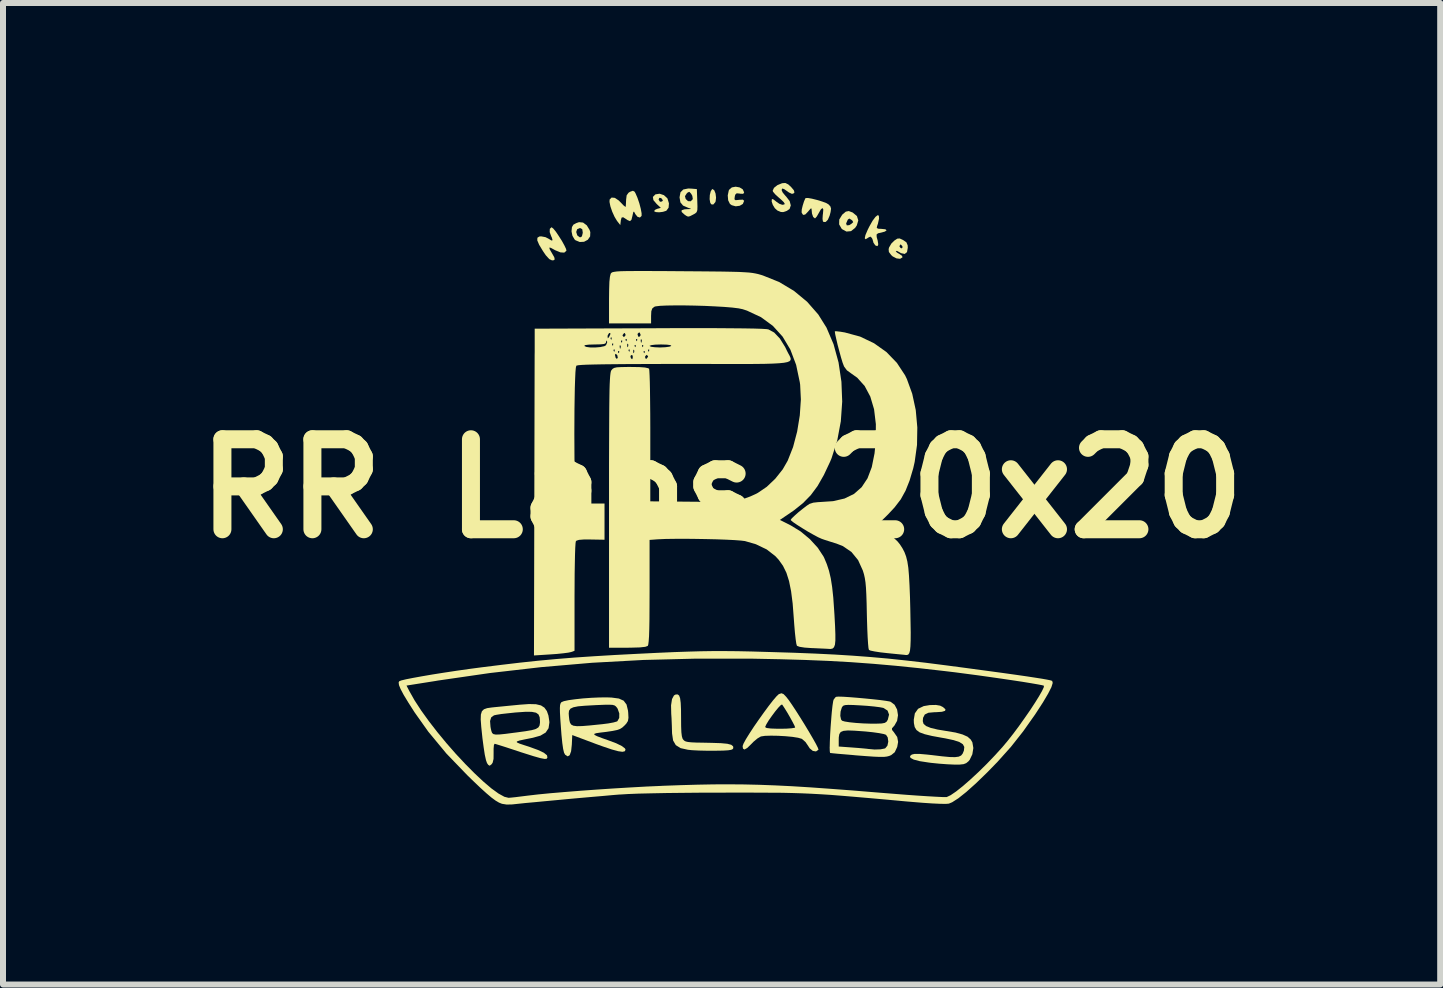
<source format=kicad_pcb>
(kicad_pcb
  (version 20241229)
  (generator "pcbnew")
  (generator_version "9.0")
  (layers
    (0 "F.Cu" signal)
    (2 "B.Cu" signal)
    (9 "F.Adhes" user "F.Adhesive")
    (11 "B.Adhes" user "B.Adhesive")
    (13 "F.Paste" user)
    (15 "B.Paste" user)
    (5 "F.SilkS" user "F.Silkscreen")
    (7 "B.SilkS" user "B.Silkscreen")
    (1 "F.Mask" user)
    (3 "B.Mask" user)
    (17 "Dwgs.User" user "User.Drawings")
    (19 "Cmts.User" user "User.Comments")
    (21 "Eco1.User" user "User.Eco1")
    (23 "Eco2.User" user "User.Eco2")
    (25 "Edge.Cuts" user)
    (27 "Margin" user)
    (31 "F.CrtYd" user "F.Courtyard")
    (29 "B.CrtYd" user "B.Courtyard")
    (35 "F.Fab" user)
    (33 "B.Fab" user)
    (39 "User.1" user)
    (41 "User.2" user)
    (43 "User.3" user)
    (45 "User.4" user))
  (footprint "RR Labs 20x20"
    (layer "F.Cu")
    (at 8.979 5.094)
    (property "Reference" "RR Labs 20x20" (at 0 0 0) (layer "F.SilkS") (effects (font (size 1.5 1.5) (thickness 0.3))))
    (attr board_only exclude_from_pos_files exclude_from_bom)
    (fp_poly (pts (xy -0.122 -4.971) (xy -0.101 -4.917) (xy -0.093 -4.85) (xy -0.1 -4.788) (xy -0.106 -4.773) (xy -0.14 -4.734) (xy -0.174 -4.739) (xy -0.19 -4.765) (xy -0.2 -4.824) (xy -0.197 -4.893) (xy -0.182 -4.954) (xy -0.16 -4.989) (xy -0.15 -4.992)) (stroke (width 0) (type solid)) (fill yes) (layer "F.SilkS"))
    (fp_poly (pts (xy 0.3 -5.02) (xy 0.353 -4.987) (xy 0.375 -4.937) (xy 0.375 -4.935) (xy 0.36 -4.913) (xy 0.31 -4.915) (xy 0.303 -4.917) (xy 0.251 -4.922) (xy 0.227 -4.899) (xy 0.219 -4.866) (xy 0.214 -4.822) (xy 0.232 -4.807) (xy 0.285 -4.812) (xy 0.291 -4.813) (xy 0.354 -4.816) (xy 0.375 -4.797) (xy 0.375 -4.796) (xy 0.354 -4.745) (xy 0.302 -4.714) (xy 0.235 -4.705) (xy 0.169 -4.723) (xy 0.139 -4.744) (xy 0.109 -4.805) (xy 0.102 -4.887) (xy 0.119 -4.968) (xy 0.126 -4.982) (xy 0.17 -5.02) (xy 0.234 -5.032)) (stroke (width 0) (type solid)) (fill yes) (layer "F.SilkS"))
    (fp_poly (pts (xy 2.18 -4.603) (xy 2.185 -4.601) (xy 2.255 -4.543) (xy 2.278 -4.47) (xy 2.253 -4.386) (xy 2.225 -4.345) (xy 2.157 -4.291) (xy 2.081 -4.284) (xy 2.008 -4.324) (xy 2.002 -4.329) (xy 1.959 -4.403) (xy 1.959 -4.418) (xy 2.075 -4.418) (xy 2.087 -4.387) (xy 2.128 -4.391) (xy 2.162 -4.412) (xy 2.193 -4.44) (xy 2.181 -4.465) (xy 2.165 -4.479) (xy 2.129 -4.501) (xy 2.105 -4.485) (xy 2.101 -4.478) (xy 2.075 -4.418) (xy 1.959 -4.418) (xy 1.961 -4.485) (xy 2.009 -4.564) (xy 2.013 -4.568) (xy 2.07 -4.616) (xy 2.119 -4.626)) (stroke (width 0) (type solid)) (fill yes) (layer "F.SilkS"))
    (fp_poly (pts (xy -2.31 -4.434) (xy -2.248 -4.388) (xy -2.201 -4.311) (xy -2.189 -4.275) (xy -2.192 -4.203) (xy -2.231 -4.147) (xy -2.293 -4.114) (xy -2.365 -4.11) (xy -2.436 -4.139) (xy -2.452 -4.154) (xy -2.487 -4.214) (xy -2.5 -4.277) (xy -2.424 -4.277) (xy -2.407 -4.223) (xy -2.401 -4.215) (xy -2.36 -4.186) (xy -2.329 -4.203) (xy -2.315 -4.261) (xy -2.315 -4.269) (xy -2.323 -4.323) (xy -2.354 -4.341) (xy -2.364 -4.342) (xy -2.408 -4.323) (xy -2.424 -4.277) (xy -2.5 -4.277) (xy -2.502 -4.289) (xy -2.495 -4.359) (xy -2.471 -4.399) (xy -2.423 -4.425) (xy -2.377 -4.441)) (stroke (width 0) (type solid)) (fill yes) (layer "F.SilkS"))
    (fp_poly (pts (xy -0.962 -4.891) (xy -0.906 -4.84) (xy -0.902 -4.833) (xy -0.878 -4.754) (xy -0.884 -4.682) (xy -0.92 -4.633) (xy -0.924 -4.63) (xy -0.978 -4.613) (xy -1.041 -4.605) (xy -1.097 -4.609) (xy -1.125 -4.623) (xy -1.126 -4.627) (xy -1.105 -4.649) (xy -1.07 -4.664) (xy -1.013 -4.679) (xy -1.082 -4.743) (xy -1.138 -4.809) (xy -1.139 -4.819) (xy -1.051 -4.819) (xy -1.031 -4.785) (xy -1.011 -4.78) (xy -0.982 -4.794) (xy -0.982 -4.809) (xy -1.007 -4.842) (xy -1.037 -4.847) (xy -1.051 -4.819) (xy -1.139 -4.819) (xy -1.146 -4.861) (xy -1.107 -4.901) (xy -1.103 -4.904) (xy -1.034 -4.915)) (stroke (width 0) (type solid)) (fill yes) (layer "F.SilkS"))
    (fp_poly (pts (xy 2.621 -4.549) (xy 2.624 -4.501) (xy 2.621 -4.486) (xy 2.606 -4.417) (xy 2.591 -4.373) (xy 2.586 -4.344) (xy 2.612 -4.331) (xy 2.662 -4.329) (xy 2.73 -4.322) (xy 2.75 -4.305) (xy 2.722 -4.284) (xy 2.665 -4.268) (xy 2.607 -4.255) (xy 2.583 -4.235) (xy 2.585 -4.192) (xy 2.601 -4.135) (xy 2.611 -4.071) (xy 2.599 -4.041) (xy 2.567 -4.05) (xy 2.557 -4.06) (xy 2.53 -4.1) (xy 2.527 -4.115) (xy 2.514 -4.158) (xy 2.504 -4.178) (xy 2.479 -4.2) (xy 2.445 -4.184) (xy 2.441 -4.18) (xy 2.4 -4.156) (xy 2.386 -4.172) (xy 2.397 -4.225) (xy 2.435 -4.314) (xy 2.462 -4.368) (xy 2.516 -4.464) (xy 2.564 -4.528) (xy 2.6 -4.557)) (stroke (width 0) (type solid)) (fill yes) (layer "F.SilkS"))
    (fp_poly (pts (xy -2.806 -4.334) (xy -2.763 -4.282) (xy -2.714 -4.209) (xy -2.663 -4.129) (xy -2.621 -4.053) (xy -2.593 -3.994) (xy -2.587 -3.964) (xy -2.623 -3.933) (xy -2.687 -3.937) (xy -2.775 -3.973) (xy -2.789 -3.981) (xy -2.849 -4.014) (xy -2.873 -4.016) (xy -2.864 -3.985) (xy -2.828 -3.923) (xy -2.79 -3.856) (xy -2.782 -3.819) (xy -2.803 -3.805) (xy -2.828 -3.804) (xy -2.873 -3.825) (xy -2.931 -3.889) (xy -2.978 -3.958) (xy -3.042 -4.064) (xy -3.073 -4.137) (xy -3.071 -4.181) (xy -3.038 -4.202) (xy -3.008 -4.204) (xy -2.937 -4.191) (xy -2.889 -4.167) (xy -2.837 -4.135) (xy -2.818 -4.14) (xy -2.83 -4.183) (xy -2.841 -4.206) (xy -2.866 -4.275) (xy -2.864 -4.329) (xy -2.838 -4.354) (xy -2.832 -4.354)) (stroke (width 0) (type solid)) (fill yes) (layer "F.SilkS"))
    (fp_poly (pts (xy 3.023 -4.144) (xy 3.025 -4.143) (xy 3.08 -4.105) (xy 3.101 -4.055) (xy 3.103 -4.015) (xy 3.09 -3.941) (xy 3.052 -3.911) (xy 2.991 -3.924) (xy 2.965 -3.939) (xy 2.922 -3.962) (xy 2.903 -3.959) (xy 2.903 -3.958) (xy 2.923 -3.934) (xy 2.967 -3.908) (xy 3.008 -3.879) (xy 3.015 -3.854) (xy 2.975 -3.83) (xy 2.915 -3.837) (xy 2.851 -3.87) (xy 2.827 -3.892) (xy 2.788 -3.944) (xy 2.784 -3.992) (xy 2.792 -4.021) (xy 2.802 -4.037) (xy 2.964 -4.037) (xy 2.983 -4.01) (xy 3.004 -4.004) (xy 3.016 -4.022) (xy 3.012 -4.041) (xy 2.988 -4.067) (xy 2.975 -4.065) (xy 2.964 -4.037) (xy 2.802 -4.037) (xy 2.829 -4.084) (xy 2.881 -4.135) (xy 2.929 -4.166) (xy 2.968 -4.169)) (stroke (width 0) (type solid)) (fill yes) (layer "F.SilkS"))
    (fp_poly (pts (xy 1.506 -4.832) (xy 1.59 -4.811) (xy 1.675 -4.785) (xy 1.745 -4.759) (xy 1.782 -4.737) (xy 1.813 -4.703) (xy 1.824 -4.666) (xy 1.816 -4.609) (xy 1.801 -4.551) (xy 1.772 -4.483) (xy 1.736 -4.445) (xy 1.701 -4.443) (xy 1.688 -4.456) (xy 1.682 -4.495) (xy 1.686 -4.561) (xy 1.689 -4.58) (xy 1.695 -4.651) (xy 1.682 -4.676) (xy 1.655 -4.655) (xy 1.619 -4.592) (xy 1.587 -4.536) (xy 1.56 -4.506) (xy 1.555 -4.504) (xy 1.526 -4.527) (xy 1.506 -4.584) (xy 1.501 -4.638) (xy 1.498 -4.669) (xy 1.484 -4.667) (xy 1.45 -4.628) (xy 1.441 -4.617) (xy 1.396 -4.57) (xy 1.365 -4.561) (xy 1.35 -4.572) (xy 1.333 -4.603) (xy 1.336 -4.653) (xy 1.351 -4.716) (xy 1.373 -4.786) (xy 1.393 -4.832) (xy 1.4 -4.842) (xy 1.438 -4.844)) (stroke (width 0) (type solid)) (fill yes) (layer "F.SilkS"))
    (fp_poly (pts (xy -0.506 -5) (xy -0.413 -4.992) (xy -0.406 -4.8) (xy -0.403 -4.702) (xy -0.405 -4.642) (xy -0.417 -4.607) (xy -0.442 -4.585) (xy -0.473 -4.568) (xy -0.528 -4.54) (xy -0.56 -4.533) (xy -0.59 -4.547) (xy -0.62 -4.568) (xy -0.667 -4.611) (xy -0.666 -4.64) (xy -0.617 -4.655) (xy -0.582 -4.657) (xy -0.523 -4.659) (xy -0.511 -4.664) (xy -0.542 -4.675) (xy -0.558 -4.68) (xy -0.643 -4.717) (xy -0.687 -4.77) (xy -0.701 -4.851) (xy -0.701 -4.857) (xy -0.698 -4.874) (xy -0.611 -4.874) (xy -0.599 -4.827) (xy -0.56 -4.791) (xy -0.515 -4.789) (xy -0.484 -4.82) (xy -0.481 -4.831) (xy -0.489 -4.88) (xy -0.508 -4.914) (xy -0.537 -4.946) (xy -0.563 -4.937) (xy -0.583 -4.918) (xy -0.611 -4.874) (xy -0.698 -4.874) (xy -0.686 -4.938) (xy -0.64 -4.985) (xy -0.557 -5.002)) (stroke (width 0) (type solid)) (fill yes) (layer "F.SilkS"))
    (fp_poly (pts (xy -1.451 -4.949) (xy -1.436 -4.923) (xy -1.403 -4.847) (xy -1.372 -4.756) (xy -1.348 -4.665) (xy -1.334 -4.589) (xy -1.334 -4.545) (xy -1.362 -4.518) (xy -1.402 -4.53) (xy -1.439 -4.576) (xy -1.444 -4.587) (xy -1.461 -4.617) (xy -1.472 -4.61) (xy -1.484 -4.56) (xy -1.486 -4.548) (xy -1.503 -4.481) (xy -1.527 -4.458) (xy -1.568 -4.475) (xy -1.591 -4.491) (xy -1.642 -4.523) (xy -1.668 -4.516) (xy -1.681 -4.467) (xy -1.681 -4.461) (xy -1.689 -4.392) (xy -1.744 -4.462) (xy -1.785 -4.53) (xy -1.824 -4.616) (xy -1.854 -4.704) (xy -1.869 -4.778) (xy -1.867 -4.818) (xy -1.834 -4.851) (xy -1.781 -4.846) (xy -1.716 -4.803) (xy -1.679 -4.766) (xy -1.634 -4.719) (xy -1.604 -4.696) (xy -1.599 -4.698) (xy -1.596 -4.733) (xy -1.593 -4.797) (xy -1.592 -4.816) (xy -1.583 -4.888) (xy -1.553 -4.93) (xy -1.527 -4.947) (xy -1.479 -4.964)) (stroke (width 0) (type solid)) (fill yes) (layer "F.SilkS"))
    (fp_poly (pts (xy -0.731 3.432) (xy -0.708 3.451) (xy -0.692 3.496) (xy -0.682 3.572) (xy -0.677 3.686) (xy -0.676 3.821) (xy -0.675 3.962) (xy -0.671 4.062) (xy -0.663 4.128) (xy -0.651 4.169) (xy -0.636 4.19) (xy -0.619 4.205) (xy -0.597 4.216) (xy -0.562 4.224) (xy -0.508 4.23) (xy -0.425 4.234) (xy -0.308 4.236) (xy -0.163 4.239) (xy -0.012 4.244) (xy 0.094 4.254) (xy 0.16 4.271) (xy 0.191 4.296) (xy 0.195 4.325) (xy 0.185 4.343) (xy 0.159 4.355) (xy 0.108 4.363) (xy 0.024 4.368) (xy -0.101 4.37) (xy -0.113 4.37) (xy -0.248 4.37) (xy -0.382 4.367) (xy -0.496 4.361) (xy -0.562 4.354) (xy -0.684 4.327) (xy -0.764 4.277) (xy -0.809 4.199) (xy -0.826 4.084) (xy -0.827 4.059) (xy -0.83 3.951) (xy -0.835 3.828) (xy -0.84 3.754) (xy -0.843 3.613) (xy -0.827 3.509) (xy -0.794 3.448) (xy -0.764 3.432)) (stroke (width 0) (type solid)) (fill yes) (layer "F.SilkS"))
    (fp_poly (pts (xy 1.111 -5.07) (xy 1.156 -5.029) (xy 1.203 -4.974) (xy 1.214 -4.938) (xy 1.205 -4.923) (xy 1.173 -4.912) (xy 1.123 -4.935) (xy 1.102 -4.95) (xy 1.043 -4.991) (xy 1.012 -5.002) (xy 1.002 -4.984) (xy 1.001 -4.972) (xy 1.018 -4.935) (xy 1.06 -4.884) (xy 1.076 -4.867) (xy 1.134 -4.792) (xy 1.153 -4.72) (xy 1.133 -4.661) (xy 1.087 -4.629) (xy 1.028 -4.609) (xy 0.988 -4.61) (xy 0.936 -4.632) (xy 0.928 -4.636) (xy 0.887 -4.673) (xy 0.853 -4.729) (xy 0.834 -4.786) (xy 0.838 -4.825) (xy 0.839 -4.827) (xy 0.863 -4.82) (xy 0.906 -4.787) (xy 0.909 -4.784) (xy 0.962 -4.747) (xy 1.012 -4.73) (xy 1.046 -4.736) (xy 1.051 -4.75) (xy 1.033 -4.777) (xy 0.987 -4.821) (xy 0.951 -4.852) (xy 0.894 -4.904) (xy 0.857 -4.948) (xy 0.851 -4.965) (xy 0.873 -5.013) (xy 0.93 -5.058) (xy 1.006 -5.089) (xy 1.008 -5.09) (xy 1.062 -5.094)) (stroke (width 0) (type solid)) (fill yes) (layer "F.SilkS"))
    (fp_poly (pts (xy 3.643 3.619) (xy 3.689 3.642) (xy 3.731 3.679) (xy 3.725 3.705) (xy 3.672 3.721) (xy 3.571 3.728) (xy 3.548 3.728) (xy 3.447 3.737) (xy 3.387 3.766) (xy 3.358 3.821) (xy 3.353 3.877) (xy 3.366 3.922) (xy 3.407 3.958) (xy 3.483 3.989) (xy 3.599 4.017) (xy 3.738 4.04) (xy 3.899 4.067) (xy 4.016 4.099) (xy 4.099 4.136) (xy 4.152 4.183) (xy 4.18 4.231) (xy 4.196 4.325) (xy 4.179 4.43) (xy 4.135 4.522) (xy 4.114 4.547) (xy 4.077 4.577) (xy 4.033 4.594) (xy 3.968 4.601) (xy 3.874 4.601) (xy 3.763 4.596) (xy 3.627 4.586) (xy 3.489 4.572) (xy 3.445 4.566) (xy 3.302 4.544) (xy 3.202 4.518) (xy 3.148 4.489) (xy 3.14 4.459) (xy 3.17 4.434) (xy 3.216 4.423) (xy 3.298 4.423) (xy 3.423 4.434) (xy 3.505 4.443) (xy 3.673 4.463) (xy 3.799 4.475) (xy 3.89 4.477) (xy 3.952 4.469) (xy 3.992 4.45) (xy 4.018 4.418) (xy 4.037 4.372) (xy 4.039 4.364) (xy 4.045 4.308) (xy 4.022 4.263) (xy 3.965 4.226) (xy 3.869 4.194) (xy 3.729 4.164) (xy 3.671 4.154) (xy 3.507 4.124) (xy 3.386 4.095) (xy 3.301 4.064) (xy 3.248 4.025) (xy 3.218 3.975) (xy 3.205 3.909) (xy 3.203 3.853) (xy 3.221 3.747) (xy 3.275 3.671) (xy 3.369 3.626) (xy 3.471 3.609) (xy 3.573 3.607)) (stroke (width 0) (type solid)) (fill yes) (layer "F.SilkS"))
    (fp_poly (pts (xy 1.032 3.426) (xy 1.074 3.469) (xy 1.116 3.522) (xy 1.173 3.604) (xy 1.241 3.707) (xy 1.314 3.822) (xy 1.389 3.943) (xy 1.46 4.061) (xy 1.523 4.169) (xy 1.573 4.258) (xy 1.605 4.322) (xy 1.615 4.353) (xy 1.615 4.353) (xy 1.573 4.382) (xy 1.52 4.373) (xy 1.469 4.331) (xy 1.444 4.293) (xy 1.398 4.225) (xy 1.34 4.174) (xy 1.334 4.171) (xy 1.275 4.154) (xy 1.181 4.139) (xy 1.065 4.128) (xy 0.94 4.121) (xy 0.821 4.119) (xy 0.722 4.122) (xy 0.656 4.132) (xy 0.651 4.134) (xy 0.598 4.165) (xy 0.532 4.22) (xy 0.497 4.256) (xy 0.427 4.324) (xy 0.381 4.35) (xy 0.356 4.335) (xy 0.35 4.292) (xy 0.365 4.251) (xy 0.404 4.179) (xy 0.463 4.084) (xy 0.533 3.977) (xy 0.726 3.977) (xy 0.75 3.991) (xy 0.822 4) (xy 0.939 4.004) (xy 0.976 4.004) (xy 1.081 4.002) (xy 1.164 3.996) (xy 1.215 3.988) (xy 1.226 3.982) (xy 1.214 3.951) (xy 1.183 3.891) (xy 1.141 3.814) (xy 1.094 3.733) (xy 1.05 3.662) (xy 1.017 3.612) (xy 1.007 3.599) (xy 0.986 3.61) (xy 0.945 3.652) (xy 0.893 3.715) (xy 0.838 3.789) (xy 0.786 3.863) (xy 0.747 3.927) (xy 0.727 3.97) (xy 0.726 3.977) (xy 0.533 3.977) (xy 0.536 3.972) (xy 0.618 3.854) (xy 0.702 3.736) (xy 0.783 3.626) (xy 0.855 3.533) (xy 0.914 3.464) (xy 0.953 3.427) (xy 0.956 3.426) (xy 0.997 3.412)) (stroke (width 0) (type solid)) (fill yes) (layer "F.SilkS"))
    (fp_poly (pts (xy -1.833 3.484) (xy -1.713 3.5) (xy -1.633 3.536) (xy -1.585 3.6) (xy -1.561 3.7) (xy -1.557 3.739) (xy -1.553 3.822) (xy -1.562 3.875) (xy -1.589 3.918) (xy -1.619 3.95) (xy -1.655 3.983) (xy -1.693 4.007) (xy -1.744 4.025) (xy -1.817 4.04) (xy -1.923 4.056) (xy -2.025 4.068) (xy -2.092 4.078) (xy -2.124 4.09) (xy -2.119 4.106) (xy -2.074 4.129) (xy -1.987 4.162) (xy -1.896 4.194) (xy -1.759 4.245) (xy -1.663 4.292) (xy -1.611 4.332) (xy -1.602 4.353) (xy -1.614 4.379) (xy -1.654 4.388) (xy -1.725 4.378) (xy -1.831 4.349) (xy -1.976 4.3) (xy -2.093 4.258) (xy -2.49 4.109) (xy -2.497 4.267) (xy -2.509 4.379) (xy -2.533 4.445) (xy -2.566 4.464) (xy -2.609 4.436) (xy -2.627 4.402) (xy -2.642 4.339) (xy -2.656 4.241) (xy -2.67 4.102) (xy -2.678 3.995) (xy -2.689 3.843) (xy -2.694 3.75) (xy -2.549 3.75) (xy -2.546 3.794) (xy -2.539 3.856) (xy -2.528 3.902) (xy -2.508 3.934) (xy -2.471 3.953) (xy -2.412 3.961) (xy -2.324 3.959) (xy -2.2 3.949) (xy -2.034 3.932) (xy -1.993 3.928) (xy -1.89 3.915) (xy -1.803 3.899) (xy -1.747 3.883) (xy -1.737 3.877) (xy -1.707 3.823) (xy -1.706 3.748) (xy -1.733 3.671) (xy -1.743 3.655) (xy -1.762 3.632) (xy -1.783 3.616) (xy -1.817 3.606) (xy -1.871 3.603) (xy -1.955 3.604) (xy -2.079 3.609) (xy -2.118 3.611) (xy -2.278 3.62) (xy -2.393 3.63) (xy -2.472 3.646) (xy -2.52 3.669) (xy -2.544 3.703) (xy -2.549 3.75) (xy -2.694 3.75) (xy -2.695 3.733) (xy -2.696 3.658) (xy -2.693 3.609) (xy -2.684 3.579) (xy -2.671 3.561) (xy -2.63 3.544) (xy -2.55 3.527) (xy -2.44 3.512) (xy -2.311 3.498) (xy -2.172 3.488) (xy -2.034 3.482) (xy -1.907 3.481)) (stroke (width 0) (type solid)) (fill yes) (layer "F.SilkS"))
    (fp_poly (pts (xy -3.094 3.595) (xy -3.011 3.615) (xy -2.954 3.652) (xy -2.913 3.709) (xy -2.913 3.709) (xy -2.887 3.783) (xy -2.873 3.874) (xy -2.871 3.899) (xy -2.885 3.995) (xy -2.933 4.067) (xy -3.021 4.119) (xy -3.146 4.154) (xy -3.282 4.181) (xy -3.37 4.2) (xy -3.414 4.216) (xy -3.413 4.231) (xy -3.37 4.251) (xy -3.286 4.279) (xy -3.205 4.305) (xy -3.06 4.358) (xy -2.963 4.404) (xy -2.911 4.446) (xy -2.904 4.484) (xy -2.917 4.504) (xy -2.949 4.507) (xy -3.023 4.493) (xy -3.139 4.46) (xy -3.3 4.409) (xy -3.354 4.392) (xy -3.489 4.347) (xy -3.608 4.308) (xy -3.703 4.278) (xy -3.765 4.259) (xy -3.785 4.254) (xy -3.796 4.277) (xy -3.801 4.336) (xy -3.801 4.406) (xy -3.802 4.507) (xy -3.817 4.57) (xy -3.835 4.596) (xy -3.866 4.62) (xy -3.89 4.606) (xy -3.911 4.576) (xy -3.928 4.527) (xy -3.948 4.437) (xy -3.967 4.312) (xy -3.987 4.162) (xy -3.99 4.133) (xy -4.007 3.97) (xy -4.014 3.875) (xy -3.86 3.875) (xy -3.853 3.97) (xy -3.848 3.998) (xy -3.838 4.042) (xy -3.826 4.074) (xy -3.804 4.093) (xy -3.764 4.101) (xy -3.7 4.099) (xy -3.602 4.089) (xy -3.465 4.071) (xy -3.417 4.065) (xy -3.27 4.045) (xy -3.165 4.027) (xy -3.096 4.007) (xy -3.055 3.982) (xy -3.035 3.949) (xy -3.028 3.904) (xy -3.028 3.879) (xy -3.033 3.812) (xy -3.053 3.765) (xy -3.094 3.736) (xy -3.164 3.722) (xy -3.268 3.721) (xy -3.414 3.731) (xy -3.441 3.733) (xy -3.563 3.746) (xy -3.671 3.758) (xy -3.752 3.771) (xy -3.794 3.78) (xy -3.841 3.814) (xy -3.86 3.875) (xy -4.014 3.875) (xy -4.016 3.851) (xy -4.013 3.767) (xy -3.996 3.712) (xy -3.962 3.679) (xy -3.908 3.66) (xy -3.831 3.649) (xy -3.784 3.644) (xy -3.681 3.634) (xy -3.551 3.621) (xy -3.416 3.608) (xy -3.366 3.603) (xy -3.21 3.592)) (stroke (width 0) (type solid)) (fill yes) (layer "F.SilkS"))
    (fp_poly (pts (xy 2.025 3.47) (xy 2.131 3.477) (xy 2.256 3.487) (xy 2.389 3.499) (xy 2.52 3.512) (xy 2.64 3.525) (xy 2.736 3.538) (xy 2.8 3.549) (xy 2.816 3.554) (xy 2.883 3.604) (xy 2.925 3.683) (xy 2.94 3.778) (xy 2.925 3.872) (xy 2.879 3.953) (xy 2.873 3.959) (xy 2.84 3.996) (xy 2.841 4.024) (xy 2.872 4.062) (xy 2.927 4.142) (xy 2.942 4.223) (xy 2.927 4.307) (xy 2.886 4.395) (xy 2.828 4.442) (xy 2.794 4.457) (xy 2.755 4.467) (xy 2.704 4.473) (xy 2.634 4.473) (xy 2.538 4.469) (xy 2.408 4.46) (xy 2.238 4.447) (xy 2.177 4.441) (xy 2.048 4.43) (xy 1.939 4.421) (xy 1.858 4.413) (xy 1.813 4.408) (xy 1.808 4.407) (xy 1.803 4.38) (xy 1.801 4.313) (xy 1.802 4.3) (xy 1.952 4.3) (xy 2.171 4.316) (xy 2.276 4.324) (xy 2.367 4.332) (xy 2.428 4.338) (xy 2.44 4.34) (xy 2.549 4.35) (xy 2.648 4.347) (xy 2.719 4.333) (xy 2.729 4.328) (xy 2.764 4.285) (xy 2.778 4.218) (xy 2.769 4.149) (xy 2.741 4.105) (xy 2.704 4.092) (xy 2.627 4.077) (xy 2.521 4.062) (xy 2.396 4.049) (xy 2.368 4.047) (xy 2.215 4.036) (xy 2.105 4.032) (xy 2.031 4.039) (xy 1.985 4.058) (xy 1.962 4.093) (xy 1.953 4.145) (xy 1.952 4.192) (xy 1.952 4.3) (xy 1.802 4.3) (xy 1.804 4.216) (xy 1.809 4.098) (xy 1.817 3.97) (xy 1.827 3.841) (xy 1.831 3.789) (xy 1.978 3.789) (xy 1.991 3.849) (xy 2.008 3.87) (xy 2.052 3.883) (xy 2.134 3.896) (xy 2.242 3.907) (xy 2.363 3.915) (xy 2.486 3.919) (xy 2.577 3.919) (xy 2.667 3.916) (xy 2.72 3.906) (xy 2.75 3.886) (xy 2.77 3.853) (xy 2.791 3.768) (xy 2.766 3.701) (xy 2.699 3.658) (xy 2.694 3.656) (xy 2.637 3.645) (xy 2.544 3.633) (xy 2.429 3.622) (xy 2.323 3.615) (xy 2.198 3.608) (xy 2.114 3.606) (xy 2.061 3.609) (xy 2.031 3.618) (xy 2.013 3.635) (xy 2.004 3.649) (xy 1.983 3.716) (xy 1.978 3.789) (xy 1.831 3.789) (xy 1.837 3.721) (xy 1.848 3.62) (xy 1.859 3.548) (xy 1.866 3.52) (xy 1.896 3.48) (xy 1.911 3.471) (xy 1.948 3.468)) (stroke (width 0) (type solid)) (fill yes) (layer "F.SilkS"))
    (fp_poly (pts (xy 1.977 -2.615) (xy 2.055 -2.602) (xy 2.309 -2.533) (xy 2.541 -2.422) (xy 2.747 -2.276) (xy 2.921 -2.096) (xy 3.058 -1.888) (xy 3.088 -1.826) (xy 3.177 -1.581) (xy 3.236 -1.308) (xy 3.262 -1.019) (xy 3.257 -0.727) (xy 3.218 -0.444) (xy 3.194 -0.338) (xy 3.133 -0.133) (xy 3.066 0.035) (xy 2.986 0.18) (xy 2.884 0.313) (xy 2.775 0.43) (xy 2.58 0.622) (xy 2.738 0.721) (xy 2.843 0.797) (xy 2.933 0.882) (xy 2.972 0.93) (xy 3.014 0.995) (xy 3.048 1.06) (xy 3.075 1.132) (xy 3.096 1.216) (xy 3.112 1.32) (xy 3.123 1.45) (xy 3.132 1.611) (xy 3.14 1.811) (xy 3.145 2.006) (xy 3.149 2.225) (xy 3.152 2.398) (xy 3.151 2.532) (xy 3.147 2.631) (xy 3.14 2.7) (xy 3.128 2.743) (xy 3.111 2.767) (xy 3.088 2.775) (xy 3.069 2.774) (xy 3.034 2.77) (xy 2.96 2.763) (xy 2.859 2.753) (xy 2.76 2.743) (xy 2.645 2.73) (xy 2.549 2.715) (xy 2.482 2.701) (xy 2.456 2.69) (xy 2.448 2.659) (xy 2.441 2.585) (xy 2.434 2.476) (xy 2.428 2.34) (xy 2.423 2.183) (xy 2.421 2.102) (xy 2.417 1.913) (xy 2.412 1.766) (xy 2.406 1.652) (xy 2.398 1.564) (xy 2.387 1.492) (xy 2.373 1.429) (xy 2.354 1.367) (xy 2.275 1.193) (xy 2.164 1.057) (xy 2.021 0.959) (xy 1.914 0.917) (xy 1.814 0.886) (xy 1.717 0.855) (xy 1.666 0.837) (xy 1.608 0.811) (xy 1.528 0.768) (xy 1.436 0.716) (xy 1.343 0.659) (xy 1.258 0.605) (xy 1.192 0.56) (xy 1.155 0.529) (xy 1.151 0.522) (xy 1.169 0.497) (xy 1.216 0.452) (xy 1.28 0.395) (xy 1.351 0.338) (xy 1.416 0.288) (xy 1.465 0.255) (xy 1.469 0.254) (xy 1.528 0.235) (xy 1.609 0.226) (xy 1.631 0.225) (xy 1.858 0.21) (xy 2.049 0.166) (xy 2.207 0.089) (xy 2.334 -0.023) (xy 2.432 -0.171) (xy 2.503 -0.358) (xy 2.549 -0.587) (xy 2.569 -0.793) (xy 2.571 -1.074) (xy 2.541 -1.322) (xy 2.478 -1.534) (xy 2.384 -1.71) (xy 2.26 -1.848) (xy 2.164 -1.916) (xy 2.088 -1.971) (xy 2.041 -2.035) (xy 2.017 -2.097) (xy 1.99 -2.186) (xy 1.962 -2.289) (xy 1.934 -2.394) (xy 1.911 -2.492) (xy 1.894 -2.569) (xy 1.887 -2.615) (xy 1.888 -2.622) (xy 1.915 -2.622)) (stroke (width 0) (type solid)) (fill yes) (layer "F.SilkS"))
    (fp_poly (pts (xy -1.143 -3.626) (xy -0.914 -3.625) (xy -0.662 -3.623) (xy -0.392 -3.621) (xy -0.168 -3.619) (xy 0.017 -3.617) (xy 0.167 -3.614) (xy 0.287 -3.611) (xy 0.381 -3.606) (xy 0.456 -3.601) (xy 0.516 -3.594) (xy 0.566 -3.585) (xy 0.611 -3.575) (xy 0.656 -3.562) (xy 0.688 -3.552) (xy 0.957 -3.444) (xy 1.205 -3.296) (xy 1.425 -3.114) (xy 1.611 -2.902) (xy 1.748 -2.683) (xy 1.866 -2.406) (xy 1.949 -2.102) (xy 1.997 -1.78) (xy 2.01 -1.45) (xy 1.987 -1.122) (xy 1.928 -0.805) (xy 1.833 -0.507) (xy 1.809 -0.449) (xy 1.704 -0.226) (xy 1.599 -0.042) (xy 1.486 0.11) (xy 1.357 0.242) (xy 1.206 0.363) (xy 1.155 0.398) (xy 0.971 0.523) (xy 1.154 0.615) (xy 1.317 0.715) (xy 1.471 0.843) (xy 1.602 0.986) (xy 1.698 1.132) (xy 1.71 1.156) (xy 1.754 1.261) (xy 1.79 1.371) (xy 1.819 1.495) (xy 1.842 1.64) (xy 1.861 1.816) (xy 1.876 2.031) (xy 1.881 2.107) (xy 1.891 2.291) (xy 1.896 2.431) (xy 1.896 2.533) (xy 1.889 2.602) (xy 1.873 2.645) (xy 1.849 2.667) (xy 1.815 2.674) (xy 1.78 2.672) (xy 1.725 2.669) (xy 1.636 2.665) (xy 1.53 2.66) (xy 1.498 2.659) (xy 1.384 2.651) (xy 1.3 2.638) (xy 1.257 2.622) (xy 1.255 2.62) (xy 1.245 2.586) (xy 1.234 2.511) (xy 1.222 2.403) (xy 1.211 2.273) (xy 1.203 2.164) (xy 1.184 1.916) (xy 1.158 1.712) (xy 1.124 1.543) (xy 1.08 1.404) (xy 1.023 1.288) (xy 0.952 1.188) (xy 0.897 1.128) (xy 0.752 1.015) (xy 0.571 0.928) (xy 0.388 0.875) (xy 0.322 0.867) (xy 0.215 0.859) (xy 0.076 0.852) (xy -0.086 0.846) (xy -0.263 0.842) (xy -0.445 0.839) (xy -0.623 0.837) (xy -0.789 0.838) (xy -0.933 0.84) (xy -1.046 0.845) (xy -1.07 0.846) (xy -1.201 0.856) (xy -1.201 1.724) (xy -1.202 1.975) (xy -1.203 2.179) (xy -1.206 2.341) (xy -1.21 2.462) (xy -1.216 2.547) (xy -1.223 2.6) (xy -1.231 2.623) (xy -1.273 2.638) (xy -1.364 2.648) (xy -1.504 2.652) (xy -1.569 2.653) (xy -1.877 2.653) (xy -1.877 0.368) (xy -1.877 -0.025) (xy -1.877 -0.372) (xy -1.876 -0.675) (xy -1.875 -0.936) (xy -1.874 -1.16) (xy -1.873 -1.349) (xy -1.871 -1.506) (xy -1.869 -1.634) (xy -1.866 -1.736) (xy -1.862 -1.815) (xy -1.858 -1.875) (xy -1.853 -1.918) (xy -1.848 -1.947) (xy -1.842 -1.965) (xy -1.838 -1.971) (xy -1.818 -1.995) (xy -1.791 -2.011) (xy -1.747 -2.021) (xy -1.677 -2.025) (xy -1.571 -2.027) (xy -1.514 -2.027) (xy -1.373 -2.025) (xy -1.278 -2.018) (xy -1.224 -2.006) (xy -1.209 -1.996) (xy -1.205 -1.965) (xy -1.201 -1.889) (xy -1.197 -1.774) (xy -1.194 -1.625) (xy -1.192 -1.446) (xy -1.19 -1.244) (xy -1.189 -1.024) (xy -1.189 -0.876) (xy -1.189 0.213) (xy -0.531 0.219) (xy -0.294 0.221) (xy -0.099 0.219) (xy 0.06 0.213) (xy 0.19 0.203) (xy 0.299 0.186) (xy 0.392 0.163) (xy 0.479 0.131) (xy 0.565 0.092) (xy 0.605 0.071) (xy 0.752 -0.029) (xy 0.894 -0.164) (xy 1.018 -0.32) (xy 1.101 -0.464) (xy 1.191 -0.692) (xy 1.259 -0.95) (xy 1.303 -1.219) (xy 1.321 -1.485) (xy 1.309 -1.731) (xy 1.303 -1.772) (xy 1.242 -2.062) (xy 1.146 -2.316) (xy 1.017 -2.532) (xy 0.854 -2.712) (xy 0.656 -2.857) (xy 0.423 -2.966) (xy 0.35 -2.99) (xy 0.283 -3.004) (xy 0.178 -3.017) (xy 0.044 -3.028) (xy -0.112 -3.037) (xy -0.28 -3.045) (xy -0.454 -3.05) (xy -0.623 -3.053) (xy -0.781 -3.053) (xy -0.918 -3.051) (xy -1.027 -3.046) (xy -1.1 -3.037) (xy -1.122 -3.03) (xy -1.156 -3.002) (xy -1.172 -2.956) (xy -1.176 -2.877) (xy -1.176 -2.753) (xy -1.527 -2.753) (xy -1.877 -2.753) (xy -1.877 -3.148) (xy -1.875 -3.319) (xy -1.871 -3.445) (xy -1.862 -3.53) (xy -1.85 -3.579) (xy -1.845 -3.588) (xy -1.835 -3.598) (xy -1.818 -3.607) (xy -1.789 -3.613) (xy -1.746 -3.619) (xy -1.682 -3.623) (xy -1.595 -3.625) (xy -1.478 -3.626) (xy -1.329 -3.627)) (stroke (width 0) (type solid)) (fill yes) (layer "F.SilkS"))
    (fp_poly (pts (xy 0.268 2.711) (xy 0.505 2.716) (xy 0.779 2.724) (xy 0.816 2.725) (xy 1.209 2.737) (xy 1.563 2.751) (xy 1.886 2.767) (xy 2.189 2.786) (xy 2.481 2.808) (xy 2.774 2.834) (xy 3.076 2.866) (xy 3.397 2.903) (xy 3.749 2.948) (xy 4.067 2.99) (xy 4.386 3.033) (xy 4.659 3.07) (xy 4.888 3.102) (xy 5.076 3.129) (xy 5.226 3.152) (xy 5.341 3.17) (xy 5.425 3.185) (xy 5.479 3.196) (xy 5.507 3.205) (xy 5.51 3.206) (xy 5.519 3.24) (xy 5.497 3.311) (xy 5.442 3.419) (xy 5.356 3.565) (xy 5.237 3.748) (xy 5.226 3.765) (xy 5.026 4.048) (xy 4.823 4.305) (xy 4.6 4.554) (xy 4.429 4.73) (xy 4.239 4.914) (xy 4.078 5.058) (xy 3.946 5.163) (xy 3.843 5.229) (xy 3.788 5.252) (xy 3.74 5.256) (xy 3.647 5.255) (xy 3.516 5.249) (xy 3.351 5.238) (xy 3.158 5.222) (xy 3.085 5.216) (xy 2.76 5.186) (xy 2.479 5.161) (xy 2.234 5.14) (xy 2.02 5.122) (xy 1.83 5.107) (xy 1.657 5.096) (xy 1.495 5.087) (xy 1.337 5.08) (xy 1.178 5.075) (xy 1.009 5.071) (xy 0.826 5.07) (xy 0.621 5.069) (xy 0.388 5.068) (xy 0.12 5.068) (xy 0.038 5.069) (xy -0.305 5.069) (xy -0.622 5.072) (xy -0.91 5.075) (xy -1.165 5.08) (xy -1.383 5.085) (xy -1.559 5.092) (xy -1.69 5.1) (xy -1.702 5.1) (xy -1.823 5.11) (xy -1.976 5.124) (xy -2.152 5.139) (xy -2.345 5.156) (xy -2.545 5.174) (xy -2.746 5.193) (xy -2.939 5.211) (xy -3.117 5.228) (xy -3.271 5.242) (xy -3.395 5.255) (xy -3.48 5.264) (xy -3.503 5.266) (xy -3.586 5.267) (xy -3.661 5.255) (xy -3.711 5.235) (xy -3.767 5.202) (xy -3.835 5.152) (xy -3.92 5.08) (xy -4.027 4.983) (xy -4.161 4.855) (xy -4.238 4.78) (xy -4.588 4.417) (xy -4.89 4.052) (xy -5.119 3.729) (xy -5.223 3.566) (xy -5.3 3.439) (xy -5.351 3.343) (xy -5.375 3.284) (xy -5.253 3.284) (xy -5.206 3.375) (xy -5.118 3.531) (xy -5.008 3.7) (xy -4.879 3.879) (xy -4.737 4.062) (xy -4.586 4.245) (xy -4.43 4.423) (xy -4.272 4.592) (xy -4.118 4.747) (xy -3.972 4.884) (xy -3.838 4.998) (xy -3.719 5.084) (xy -3.621 5.138) (xy -3.552 5.155) (xy -3.513 5.152) (xy -3.436 5.144) (xy -3.332 5.131) (xy -3.227 5.118) (xy -3.064 5.099) (xy -2.86 5.079) (xy -2.623 5.059) (xy -2.361 5.038) (xy -2.085 5.018) (xy -1.801 4.999) (xy -1.52 4.982) (xy -1.249 4.967) (xy -0.998 4.956) (xy -0.988 4.955) (xy -0.683 4.944) (xy -0.401 4.936) (xy -0.136 4.931) (xy 0.12 4.93) (xy 0.373 4.932) (xy 0.629 4.938) (xy 0.894 4.948) (xy 1.177 4.962) (xy 1.482 4.981) (xy 1.817 5.005) (xy 2.189 5.033) (xy 2.603 5.067) (xy 2.628 5.069) (xy 2.855 5.087) (xy 3.069 5.104) (xy 3.264 5.118) (xy 3.434 5.129) (xy 3.573 5.137) (xy 3.677 5.142) (xy 3.739 5.143) (xy 3.753 5.142) (xy 3.818 5.111) (xy 3.909 5.049) (xy 4.021 4.96) (xy 4.147 4.85) (xy 4.283 4.724) (xy 4.421 4.588) (xy 4.556 4.447) (xy 4.682 4.308) (xy 4.769 4.204) (xy 4.862 4.086) (xy 4.958 3.957) (xy 5.053 3.823) (xy 5.144 3.692) (xy 5.225 3.568) (xy 5.292 3.46) (xy 5.342 3.372) (xy 5.37 3.312) (xy 5.373 3.287) (xy 5.343 3.278) (xy 5.27 3.264) (xy 5.16 3.245) (xy 5.02 3.222) (xy 4.855 3.197) (xy 4.673 3.17) (xy 4.478 3.142) (xy 4.279 3.114) (xy 4.081 3.088) (xy 3.891 3.063) (xy 3.716 3.042) (xy 3.294 2.994) (xy 2.902 2.954) (xy 2.526 2.921) (xy 2.158 2.894) (xy 1.784 2.873) (xy 1.395 2.857) (xy 0.98 2.845) (xy 0.526 2.836) (xy 0.488 2.836) (xy -0.423 2.835) (xy -1.302 2.857) (xy -2.16 2.904) (xy -3.01 2.977) (xy -3.863 3.075) (xy -4.733 3.201) (xy -4.76 3.206) (xy -5.253 3.284) (xy -5.375 3.284) (xy -5.378 3.276) (xy -5.384 3.233) (xy -5.374 3.212) (xy -5.339 3.198) (xy -5.26 3.179) (xy -5.143 3.156) (xy -4.994 3.129) (xy -4.819 3.099) (xy -4.623 3.068) (xy -4.412 3.036) (xy -4.193 3.005) (xy -4.004 2.98) (xy -3.674 2.939) (xy -3.362 2.902) (xy -3.061 2.87) (xy -2.76 2.842) (xy -2.452 2.817) (xy -2.126 2.795) (xy -1.776 2.774) (xy -1.391 2.754) (xy -1.064 2.738) (xy -0.792 2.726) (xy -0.557 2.718) (xy -0.345 2.712) (xy -0.145 2.709) (xy 0.055 2.709)) (stroke (width 0) (type solid)) (fill yes) (layer "F.SilkS"))
    (fp_poly (pts (xy -0.119 -2.674) (xy 0.148 -2.672) (xy 0.368 -2.67) (xy 0.541 -2.667) (xy 0.668 -2.663) (xy 0.748 -2.658) (xy 0.78 -2.653) (xy 0.876 -2.601) (xy 0.97 -2.502) (xy 1.059 -2.359) (xy 1.088 -2.299) (xy 1.11 -2.256) (xy 1.13 -2.22) (xy 1.145 -2.188) (xy 1.152 -2.162) (xy 1.148 -2.14) (xy 1.13 -2.122) (xy 1.095 -2.108) (xy 1.039 -2.097) (xy 0.959 -2.089) (xy 0.852 -2.083) (xy 0.715 -2.079) (xy 0.545 -2.077) (xy 0.338 -2.076) (xy 0.091 -2.076) (xy -0.199 -2.077) (xy -0.535 -2.077) (xy -0.621 -2.077) (xy -0.982 -2.077) (xy -1.296 -2.076) (xy -1.566 -2.075) (xy -1.793 -2.073) (xy -1.98 -2.071) (xy -2.131 -2.068) (xy -2.248 -2.065) (xy -2.332 -2.061) (xy -2.388 -2.056) (xy -2.417 -2.05) (xy -2.422 -2.047) (xy -2.43 -2.015) (xy -2.437 -1.939) (xy -2.442 -1.826) (xy -2.447 -1.681) (xy -2.45 -1.511) (xy -2.453 -1.323) (xy -2.454 -1.122) (xy -2.455 -0.914) (xy -2.454 -0.707) (xy -2.453 -0.506) (xy -2.45 -0.317) (xy -2.447 -0.147) (xy -2.442 -0.002) (xy -2.437 0.111) (xy -2.43 0.188) (xy -2.422 0.22) (xy -2.422 0.22) (xy -2.38 0.236) (xy -2.294 0.247) (xy -2.172 0.25) (xy -2.172 0.25) (xy -1.952 0.25) (xy -1.952 0.552) (xy -1.952 0.853) (xy -2.18 0.849) (xy -2.299 0.849) (xy -2.376 0.855) (xy -2.418 0.868) (xy -2.43 0.879) (xy -2.435 0.911) (xy -2.44 0.988) (xy -2.444 1.102) (xy -2.447 1.249) (xy -2.45 1.423) (xy -2.451 1.617) (xy -2.452 1.809) (xy -2.452 2.704) (xy -2.509 2.725) (xy -2.556 2.735) (xy -2.64 2.746) (xy -2.749 2.757) (xy -2.847 2.764) (xy -3.128 2.782) (xy -3.122 0.058) (xy -3.117 -2.224) (xy -1.777 -2.224) (xy -1.767 -2.181) (xy -1.748 -2.162) (xy -1.731 -2.178) (xy -1.735 -2.201) (xy -1.52 -2.201) (xy -1.512 -2.174) (xy -1.493 -2.155) (xy -1.482 -2.174) (xy -1.482 -2.188) (xy -1.276 -2.188) (xy -1.264 -2.162) (xy -1.251 -2.165) (xy -1.227 -2.197) (xy -1.226 -2.204) (xy -1.245 -2.227) (xy -1.251 -2.227) (xy -1.273 -2.207) (xy -1.276 -2.188) (xy -1.482 -2.188) (xy -1.482 -2.213) (xy -1.486 -2.22) (xy -1.51 -2.226) (xy -1.52 -2.201) (xy -1.735 -2.201) (xy -1.738 -2.219) (xy -1.749 -2.234) (xy -1.772 -2.246) (xy -1.777 -2.224) (xy -3.117 -2.224) (xy -3.116 -2.277) (xy -1.727 -2.277) (xy -1.718 -2.257) (xy -1.71 -2.261) (xy -1.707 -2.29) (xy -1.71 -2.294) (xy -1.725 -2.29) (xy -1.727 -2.277) (xy -3.116 -2.277) (xy -3.116 -2.302) (xy -1.802 -2.302) (xy -1.793 -2.282) (xy -1.785 -2.286) (xy -1.783 -2.302) (xy -1.552 -2.302) (xy -1.542 -2.282) (xy -1.535 -2.286) (xy -1.534 -2.292) (xy -1.474 -2.292) (xy -1.47 -2.259) (xy -1.461 -2.259) (xy -1.458 -2.277) (xy -1.301 -2.277) (xy -1.292 -2.257) (xy -1.285 -2.261) (xy -1.282 -2.29) (xy -1.285 -2.294) (xy -1.299 -2.29) (xy -1.301 -2.277) (xy -1.458 -2.277) (xy -1.455 -2.292) (xy -1.458 -2.302) (xy -1.226 -2.302) (xy -1.217 -2.282) (xy -1.21 -2.286) (xy -1.207 -2.315) (xy -1.21 -2.319) (xy -1.224 -2.316) (xy -1.226 -2.302) (xy -1.458 -2.302) (xy -1.459 -2.307) (xy -1.47 -2.316) (xy -1.474 -2.292) (xy -1.534 -2.292) (xy -1.532 -2.315) (xy -1.535 -2.319) (xy -1.55 -2.316) (xy -1.552 -2.302) (xy -1.783 -2.302) (xy -1.782 -2.315) (xy -1.785 -2.319) (xy -1.8 -2.316) (xy -1.802 -2.302) (xy -3.116 -2.302) (xy -3.116 -2.377) (xy -2.29 -2.377) (xy -2.255 -2.361) (xy -2.187 -2.352) (xy -2.104 -2.352) (xy -2.021 -2.359) (xy -1.986 -2.367) (xy -1.7 -2.367) (xy -1.695 -2.334) (xy -1.687 -2.334) (xy -1.681 -2.368) (xy -1.685 -2.382) (xy -1.696 -2.392) (xy -1.7 -2.367) (xy -1.986 -2.367) (xy -1.956 -2.373) (xy -1.928 -2.389) (xy -1.922 -2.402) (xy -1.827 -2.402) (xy -1.818 -2.382) (xy -1.81 -2.386) (xy -1.809 -2.392) (xy -1.575 -2.392) (xy -1.57 -2.359) (xy -1.561 -2.359) (xy -1.558 -2.377) (xy -1.451 -2.377) (xy -1.442 -2.357) (xy -1.435 -2.361) (xy -1.433 -2.377) (xy -1.326 -2.377) (xy -1.317 -2.357) (xy -1.31 -2.361) (xy -1.308 -2.377) (xy -1.201 -2.377) (xy -1.178 -2.364) (xy -1.116 -2.356) (xy -1.027 -2.352) (xy -0.939 -2.356) (xy -0.871 -2.365) (xy -0.839 -2.377) (xy -0.838 -2.377) (xy -0.853 -2.391) (xy -0.913 -2.399) (xy -1.012 -2.402) (xy -1.107 -2.399) (xy -1.173 -2.391) (xy -1.201 -2.379) (xy -1.201 -2.377) (xy -1.308 -2.377) (xy -1.307 -2.39) (xy -1.31 -2.394) (xy -1.325 -2.391) (xy -1.326 -2.377) (xy -1.433 -2.377) (xy -1.432 -2.39) (xy -1.435 -2.394) (xy -1.45 -2.391) (xy -1.451 -2.377) (xy -1.558 -2.377) (xy -1.555 -2.393) (xy -1.559 -2.407) (xy -1.571 -2.417) (xy -1.575 -2.392) (xy -1.809 -2.392) (xy -1.807 -2.415) (xy -1.81 -2.419) (xy -1.825 -2.416) (xy -1.827 -2.402) (xy -1.922 -2.402) (xy -1.908 -2.435) (xy -1.91 -2.452) (xy -1.677 -2.452) (xy -1.667 -2.432) (xy -1.66 -2.436) (xy -1.657 -2.465) (xy -1.66 -2.469) (xy -1.675 -2.466) (xy -1.677 -2.452) (xy -1.91 -2.452) (xy -1.91 -2.458) (xy -1.921 -2.468) (xy -1.925 -2.446) (xy -1.932 -2.424) (xy -1.959 -2.41) (xy -2.016 -2.404) (xy -2.111 -2.402) (xy -2.116 -2.402) (xy -2.217 -2.399) (xy -2.276 -2.391) (xy -2.29 -2.377) (xy -3.116 -2.377) (xy -3.116 -2.477) (xy -1.602 -2.477) (xy -1.592 -2.457) (xy -1.585 -2.461) (xy -1.583 -2.477) (xy -1.426 -2.477) (xy -1.417 -2.457) (xy -1.41 -2.461) (xy -1.409 -2.467) (xy -1.349 -2.467) (xy -1.345 -2.435) (xy -1.336 -2.434) (xy -1.33 -2.468) (xy -1.334 -2.482) (xy -1.345 -2.492) (xy -1.349 -2.467) (xy -1.409 -2.467) (xy -1.407 -2.49) (xy -1.41 -2.494) (xy -1.425 -2.491) (xy -1.426 -2.477) (xy -1.583 -2.477) (xy -1.582 -2.49) (xy -1.585 -2.494) (xy -1.6 -2.491) (xy -1.602 -2.477) (xy -3.116 -2.477) (xy -3.116 -2.502) (xy -1.852 -2.502) (xy -1.843 -2.482) (xy -1.835 -2.486) (xy -1.832 -2.515) (xy -1.835 -2.519) (xy -1.85 -2.516) (xy -1.852 -2.502) (xy -3.116 -2.502) (xy -3.116 -2.532) (xy -1.901 -2.532) (xy -1.897 -2.504) (xy -1.88 -2.522) (xy -1.877 -2.527) (xy -1.865 -2.551) (xy -1.652 -2.551) (xy -1.633 -2.528) (xy -1.627 -2.527) (xy -1.605 -2.548) (xy -1.602 -2.565) (xy -1.401 -2.565) (xy -1.388 -2.532) (xy -1.376 -2.527) (xy -1.354 -2.548) (xy -1.351 -2.565) (xy -1.365 -2.598) (xy -1.376 -2.603) (xy -1.399 -2.582) (xy -1.401 -2.565) (xy -1.602 -2.565) (xy -1.602 -2.567) (xy -1.614 -2.592) (xy -1.627 -2.59) (xy -1.651 -2.558) (xy -1.652 -2.551) (xy -1.865 -2.551) (xy -1.856 -2.57) (xy -1.852 -2.585) (xy -1.868 -2.594) (xy -1.877 -2.59) (xy -1.899 -2.554) (xy -1.901 -2.532) (xy -3.116 -2.532) (xy -3.116 -2.665) (xy -1.214 -2.672) (xy -0.8 -2.674) (xy -0.435 -2.674)) (stroke (width 0) (type solid)) (fill yes) (layer "F.SilkS")))
  (gr_rect
    (start -3 -3)
    (end 20.957 13.361)
    (stroke (width 0.1) (type default))
    (fill no)
    (layer "Edge.Cuts")))
</source>
